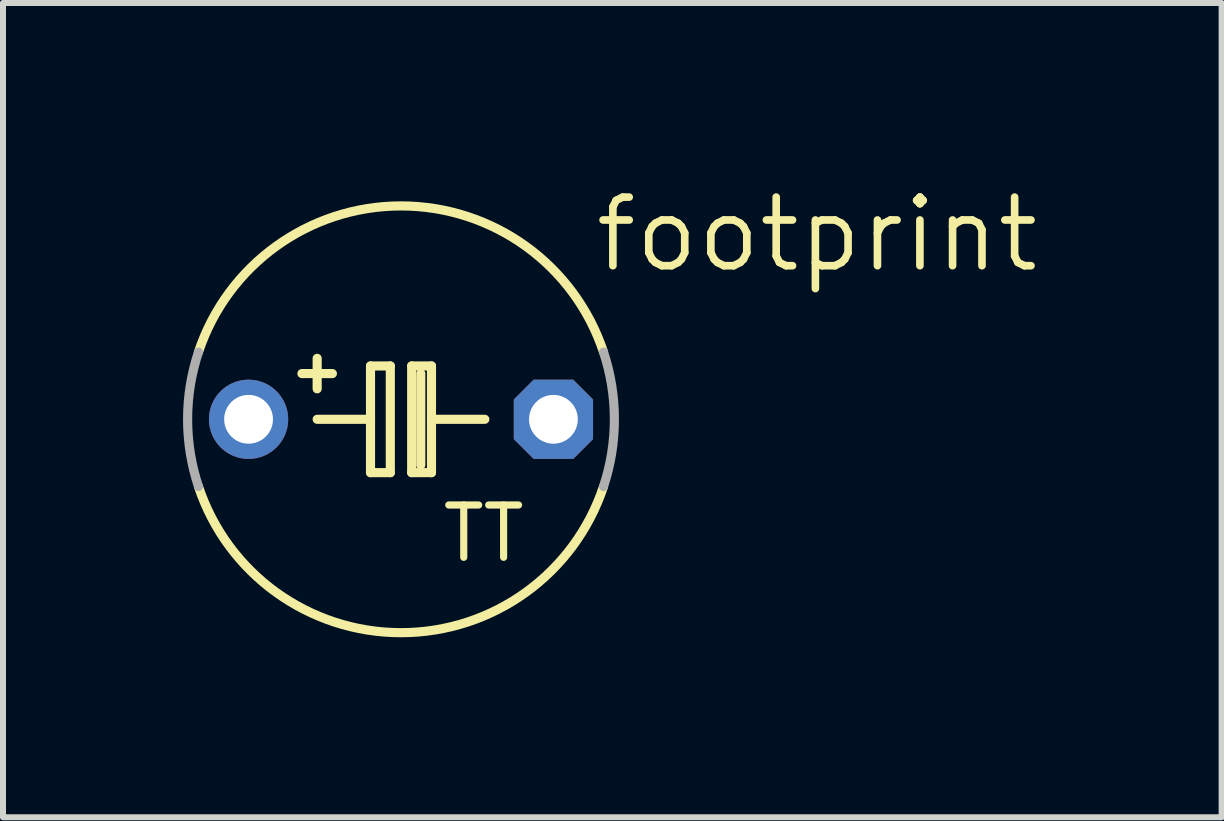
<source format=kicad_pcb>
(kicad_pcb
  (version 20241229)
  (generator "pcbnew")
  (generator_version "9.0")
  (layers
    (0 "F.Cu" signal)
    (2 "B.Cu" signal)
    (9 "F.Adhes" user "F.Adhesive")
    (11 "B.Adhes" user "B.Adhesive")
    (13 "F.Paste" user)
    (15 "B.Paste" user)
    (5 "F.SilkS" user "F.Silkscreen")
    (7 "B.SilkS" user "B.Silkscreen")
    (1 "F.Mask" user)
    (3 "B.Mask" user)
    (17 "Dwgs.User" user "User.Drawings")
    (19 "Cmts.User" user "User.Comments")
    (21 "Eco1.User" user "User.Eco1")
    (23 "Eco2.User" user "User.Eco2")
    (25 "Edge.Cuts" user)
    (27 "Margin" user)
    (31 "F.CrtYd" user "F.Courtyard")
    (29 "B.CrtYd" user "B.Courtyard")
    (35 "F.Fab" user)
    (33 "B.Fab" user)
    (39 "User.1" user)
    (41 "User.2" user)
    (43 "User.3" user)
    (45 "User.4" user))
  (footprint "footprint"
    (layer "F.Cu")
    (at 3.632 3.937)
    (property "Reference" "footprint" (at 3.175 -2.413 0) (layer "F.SilkS") (effects (font (size 1.143 1.143) (thickness 0.127)) (justify left bottom)))
    (fp_line (start -1.397 -0.508) (end -1.397 -1.016) (stroke (width 0.152) (type solid)) (layer "F.SilkS"))
    (fp_line (start -1.397 0) (end -0.508 0) (stroke (width 0.152) (type solid)) (layer "F.SilkS"))
    (fp_line (start -1.143 -0.762) (end -1.651 -0.762) (stroke (width 0.152) (type solid)) (layer "F.SilkS"))
    (fp_line (start -0.508 -0.889) (end -0.508 0) (stroke (width 0.152) (type solid)) (layer "F.SilkS"))
    (fp_line (start -0.508 0) (end -0.508 0.889) (stroke (width 0.152) (type solid)) (layer "F.SilkS"))
    (fp_line (start -0.508 0.889) (end -0.178 0.889) (stroke (width 0.152) (type solid)) (layer "F.SilkS"))
    (fp_line (start -0.178 -0.889) (end -0.508 -0.889) (stroke (width 0.152) (type solid)) (layer "F.SilkS"))
    (fp_line (start -0.178 0.889) (end -0.178 -0.889) (stroke (width 0.152) (type solid)) (layer "F.SilkS"))
    (fp_line (start 0.178 -0.889) (end 0.178 0.889) (stroke (width 0.152) (type solid)) (layer "F.SilkS"))
    (fp_line (start 0.178 0.889) (end 0.508 0.889) (stroke (width 0.152) (type solid)) (layer "F.SilkS"))
    (fp_line (start 0.33 0.762) (end 0.33 -0.762) (stroke (width 0.152) (type solid)) (layer "F.SilkS"))
    (fp_line (start 0.508 -0.889) (end 0.178 -0.889) (stroke (width 0.152) (type solid)) (layer "F.SilkS"))
    (fp_line (start 0.508 0) (end 0.508 -0.889) (stroke (width 0.152) (type solid)) (layer "F.SilkS"))
    (fp_line (start 0.508 0) (end 1.397 0) (stroke (width 0.152) (type solid)) (layer "F.SilkS"))
    (fp_line (start 0.508 0.889) (end 0.508 0) (stroke (width 0.152) (type solid)) (layer "F.SilkS"))
    (fp_arc (start -3.3749 -1.1199) (mid 0 -3.555858) (end 3.3749 -1.1199) (stroke (width 0.1524) (type solid)) (layer "F.SilkS"))
    (fp_arc (start 3.3749 1.1199) (mid 0 3.555858) (end -3.3749 1.1199) (stroke (width 0.1524) (type solid)) (layer "F.SilkS"))
    (fp_arc (start -3.3749 1.1199) (mid -3.555858 0) (end -3.3749 -1.1199) (stroke (width 0.1524) (type solid)) (layer "F.Fab"))
    (fp_arc (start 3.3749 -1.1199) (mid 3.555858 0) (end 3.3749 1.1199) (stroke (width 0.1524) (type solid)) (layer "F.Fab"))
    (fp_text user "TT" (at 0.635 2.413 0) (layer "F.SilkS") (effects (font (size 0.872 0.872) (thickness 0.119)) (justify left bottom)))
    (pad "+" thru_hole circle (at -2.54 0) (size 1.321 1.321) (drill 0.813) (layers "*.Cu" "*.Mask"))
    (pad "-" thru_hole roundrect (at 2.54 0) (size 1.321 1.321) (drill 0.813) (layers "*.Cu" "*.Mask") (roundrect_rratio 0.25) (chamfer_ratio 0.25) (chamfer top_left top_right bottom_left bottom_right)))
  (gr_rect
    (start -3 -3)
    (end 17.307 10.569)
    (stroke (width 0.1) (type default))
    (fill no)
    (layer "Edge.Cuts")))
</source>
